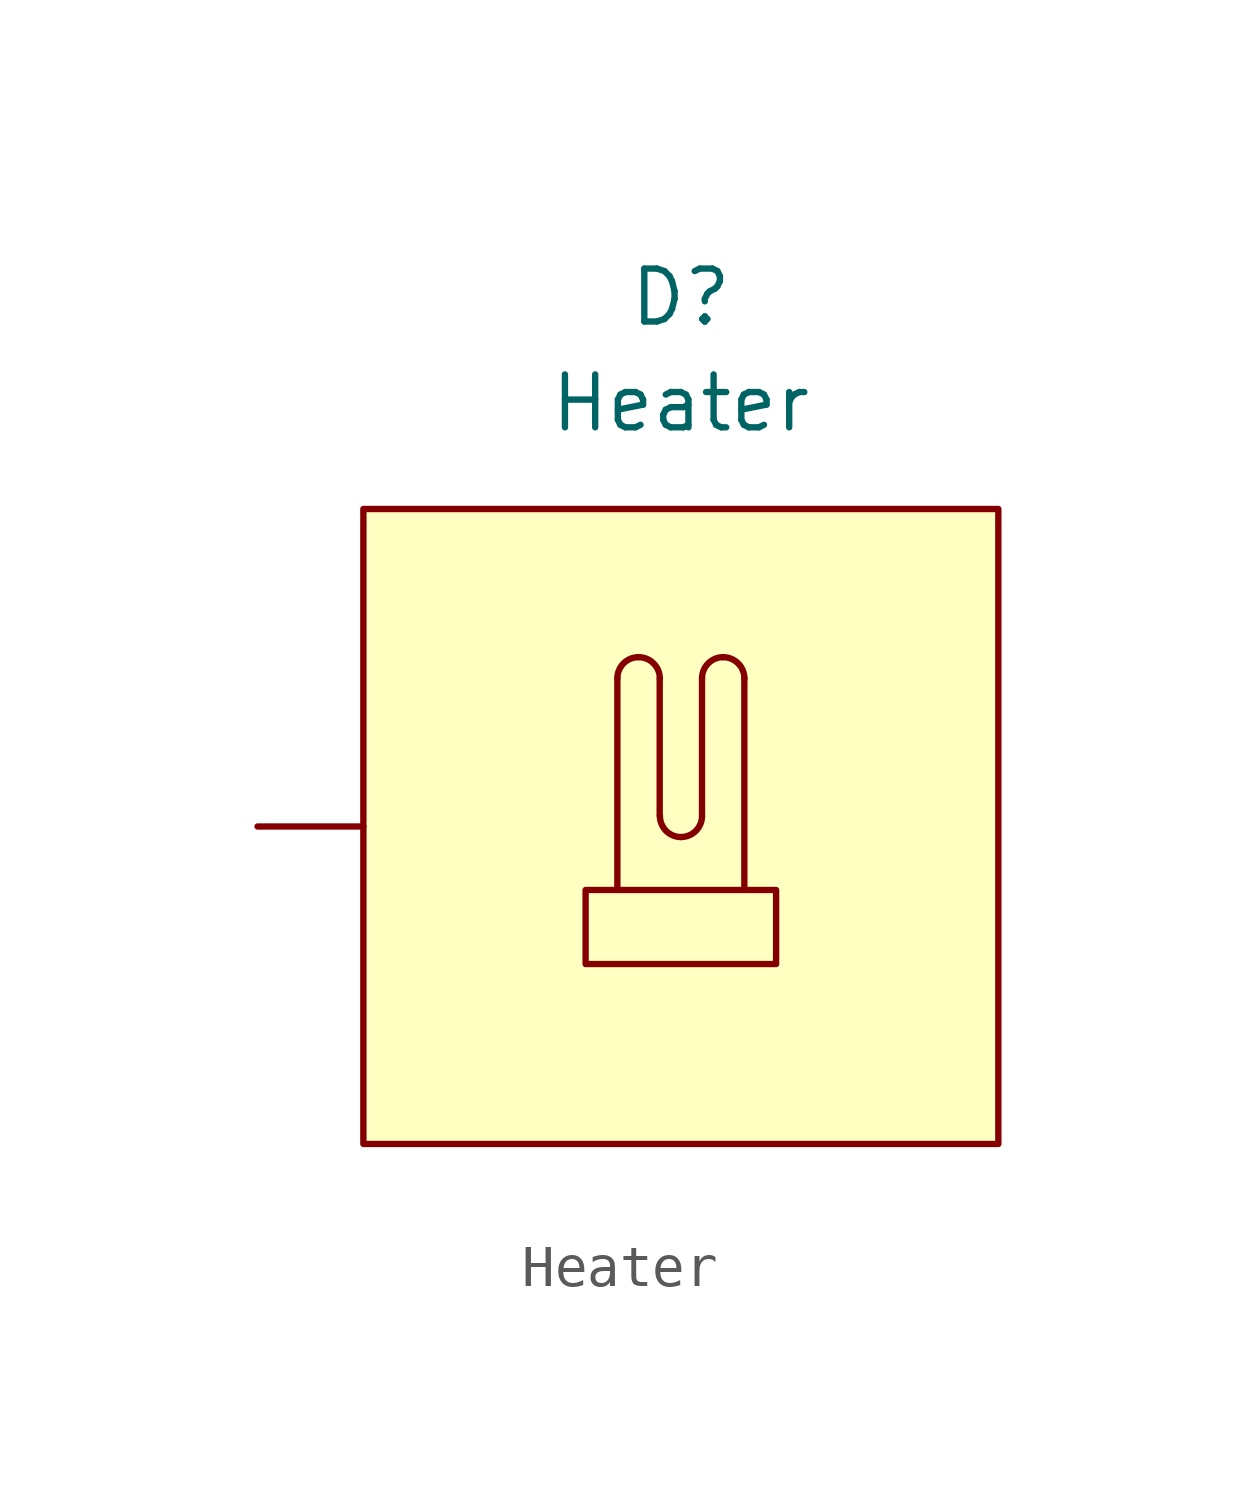
<source format=kicad_sym>
(kicad_symbol_lib
  (version 20211014)
  (generator kicad_symbol_editor)
  (symbol "Heater"
    (property "Reference" "D"
      (at 0 12.7 0)
      (effects (font (size 1.27 1.27))))
    (property "Value" "Heater"
      (at 0 10.16 0)
      (effects (font (size 1.27 1.27))))
    (symbol "Heater_0_1"
      (rectangle (start -7.62 7.62) (end 7.62 -7.62) (stroke (width 0) (type default) (color 0 0 0 0)) (fill (type background)))
      (rectangle (start -2.286 -1.524) (end 2.286 -3.302) (stroke (width 0) (type default) (color 0 0 0 0)) (fill (type none)))
      (arc (start -1.016 4.064) (mid -1.3752 3.9152) (end -1.524 3.556) (stroke (width 0) (type default) (color 0 0 0 0)) (fill (type none)))
      (arc (start -0.508 0.254) (mid -0.3592 -0.1052) (end 0 -0.254) (stroke (width 0) (type default) (color 0 0 0 0)) (fill (type none)))
      (arc (start -0.508 3.556) (mid -0.6568 3.9152) (end -1.016 4.064) (stroke (width 0) (type default) (color 0 0 0 0)) (fill (type none)))
      (arc (start 0 -0.254) (mid 0.3592 -0.1052) (end 0.508 0.254) (stroke (width 0) (type default) (color 0 0 0 0)) (fill (type none)))
      (polyline (pts (xy -1.524 3.556) (xy -1.524 -1.524)) (stroke (width 0) (type default) (color 0 0 0 0)) (fill (type none)))
      (polyline (pts (xy -0.508 3.556) (xy -0.508 0.254)) (stroke (width 0) (type default) (color 0 0 0 0)) (fill (type none)))
      (polyline (pts (xy 0.508 3.556) (xy 0.508 0.254)) (stroke (width 0) (type default) (color 0 0 0 0)) (fill (type none)))
      (polyline (pts (xy 1.524 3.556) (xy 1.524 -1.524)) (stroke (width 0) (type default) (color 0 0 0 0)) (fill (type none)))
      (arc (start 1.016 4.064) (mid 0.6568 3.9152) (end 0.508 3.556) (stroke (width 0) (type default) (color 0 0 0 0)) (fill (type none)))
      (arc (start 1.524 3.556) (mid 1.3752 3.9152) (end 1.016 4.064) (stroke (width 0) (type default) (color 0 0 0 0)) (fill (type none))))
    (symbol "Heater_1_1"
      (pin input line (at -10.16 0 0) (length 2.54) (name "" (effects (font (size 1.27 1.27)))) (number "" (effects (font (size 1.27 1.27))))))))
</source>
